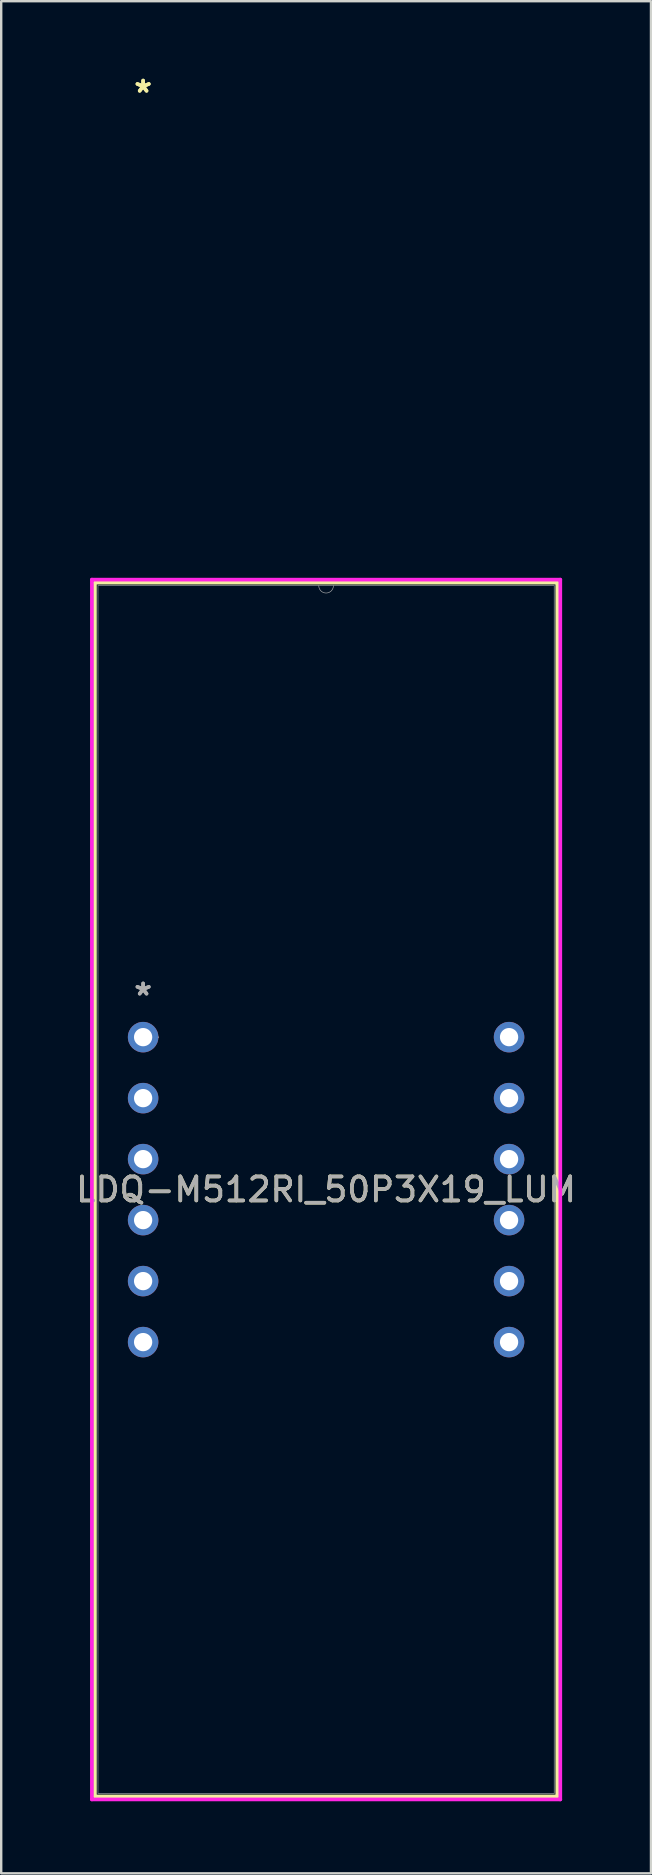
<source format=kicad_pcb>
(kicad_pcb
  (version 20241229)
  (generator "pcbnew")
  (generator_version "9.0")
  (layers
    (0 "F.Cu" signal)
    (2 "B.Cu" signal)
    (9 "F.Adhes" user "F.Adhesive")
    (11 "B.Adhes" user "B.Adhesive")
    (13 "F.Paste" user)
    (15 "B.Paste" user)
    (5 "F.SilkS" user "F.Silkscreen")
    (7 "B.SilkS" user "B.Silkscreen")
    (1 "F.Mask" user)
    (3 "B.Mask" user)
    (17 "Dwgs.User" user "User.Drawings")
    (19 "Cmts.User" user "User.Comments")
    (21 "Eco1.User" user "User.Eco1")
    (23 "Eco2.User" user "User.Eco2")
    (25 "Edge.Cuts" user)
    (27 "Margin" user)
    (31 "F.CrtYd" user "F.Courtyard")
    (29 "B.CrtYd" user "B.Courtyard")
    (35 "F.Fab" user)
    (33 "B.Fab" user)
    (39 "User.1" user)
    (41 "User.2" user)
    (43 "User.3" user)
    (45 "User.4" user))
  (footprint "LDQ-M512RI_50P3X19_LUM"
    (layer "F.Cu")
    (at 2.91 40.142)
    (property "Reference" "LDQ-M512RI_50P3X19_LUM" (at 7.62 6.346 0) (unlocked yes) (layer "F.SilkS") (effects (font (size 1 1) (thickness 0.15))))
    (attr through_hole)
    (fp_line (start -2.007 -18.927) (end -2.007 31.619) (stroke (width 0.152) (type solid)) (layer "F.SilkS"))
    (fp_line (start -2.007 31.619) (end 17.247 31.619) (stroke (width 0.152) (type solid)) (layer "F.SilkS"))
    (fp_line (start 17.247 -18.927) (end -2.007 -18.927) (stroke (width 0.152) (type solid)) (layer "F.SilkS"))
    (fp_line (start 17.247 31.619) (end 17.247 -18.927) (stroke (width 0.152) (type solid)) (layer "F.SilkS"))
    (fp_line (start -2.134 -19.054) (end 17.374 -19.054) (stroke (width 0.152) (type solid)) (layer "F.CrtYd"))
    (fp_line (start -2.134 31.746) (end -2.134 -19.054) (stroke (width 0.152) (type solid)) (layer "F.CrtYd"))
    (fp_line (start 17.374 -19.054) (end 17.374 31.746) (stroke (width 0.152) (type solid)) (layer "F.CrtYd"))
    (fp_line (start 17.374 31.746) (end -2.134 31.746) (stroke (width 0.152) (type solid)) (layer "F.CrtYd"))
    (fp_line (start -1.88 -18.8) (end -1.88 31.492) (stroke (width 0.025) (type solid)) (layer "F.Fab"))
    (fp_line (start -1.88 31.492) (end 17.12 31.492) (stroke (width 0.025) (type solid)) (layer "F.Fab"))
    (fp_line (start 17.12 -18.8) (end -1.88 -18.8) (stroke (width 0.025) (type solid)) (layer "F.Fab"))
    (fp_line (start 17.12 31.492) (end 17.12 -18.8) (stroke (width 0.025) (type solid)) (layer "F.Fab"))
    (fp_arc (start 7.9248 -18.800001) (mid 7.62 -18.495201) (end 7.3152 -18.800001) (stroke (width 0.0254) (type solid)) (layer "F.Fab"))
    (fp_circle (center 0.635 0) (end 0.635 0) (stroke (width 0.025) (type solid)) (fill no) (layer "F.Fab"))
    (fp_text user "*" (at 0 -39.293 0) (layer "F.SilkS") (effects (font (size 1 1) (thickness 0.15))))
    (fp_text user "*" (at 0 -39.293 0) (unlocked yes) (layer "F.SilkS") (effects (font (size 1 1) (thickness 0.15))))
    (fp_text user "${REFERENCE}" (at 7.62 6.346 0) (unlocked yes) (layer "F.Fab") (effects (font (size 1 1) (thickness 0.15))))
    (fp_text user "*" (at 0 -1.693 0) (layer "F.Fab") (effects (font (size 1 1) (thickness 0.15))))
    (fp_text user "*" (at 0 -1.693 0) (unlocked yes) (layer "F.Fab") (effects (font (size 1 1) (thickness 0.15))))
    (pad "1" thru_hole circle (at 0 0) (size 1.27 1.27) (drill 0.762) (layers "*.Cu" "*.Mask"))
    (pad "2" thru_hole circle (at 0 2.54) (size 1.27 1.27) (drill 0.762) (layers "*.Cu" "*.Mask"))
    (pad "3" thru_hole circle (at 0 5.08) (size 1.27 1.27) (drill 0.762) (layers "*.Cu" "*.Mask"))
    (pad "4" thru_hole circle (at 0 7.62) (size 1.27 1.27) (drill 0.762) (layers "*.Cu" "*.Mask"))
    (pad "5" thru_hole circle (at 0 10.16) (size 1.27 1.27) (drill 0.762) (layers "*.Cu" "*.Mask"))
    (pad "6" thru_hole circle (at 0 12.7) (size 1.27 1.27) (drill 0.762) (layers "*.Cu" "*.Mask"))
    (pad "7" thru_hole circle (at 15.24 12.7) (size 1.27 1.27) (drill 0.762) (layers "*.Cu" "*.Mask"))
    (pad "8" thru_hole circle (at 15.24 10.16) (size 1.27 1.27) (drill 0.762) (layers "*.Cu" "*.Mask"))
    (pad "9" thru_hole circle (at 15.24 7.62) (size 1.27 1.27) (drill 0.762) (layers "*.Cu" "*.Mask"))
    (pad "10" thru_hole circle (at 15.24 5.08) (size 1.27 1.27) (drill 0.762) (layers "*.Cu" "*.Mask"))
    (pad "11" thru_hole circle (at 15.24 2.54) (size 1.27 1.27) (drill 0.762) (layers "*.Cu" "*.Mask"))
    (pad "12" thru_hole circle (at 15.24 0) (size 1.27 1.27) (drill 0.762) (layers "*.Cu" "*.Mask")))
  (gr_rect
    (start -3 -3)
    (end 24.06 74.964)
    (stroke (width 0.1) (type default))
    (fill no)
    (layer "Edge.Cuts")))
</source>
